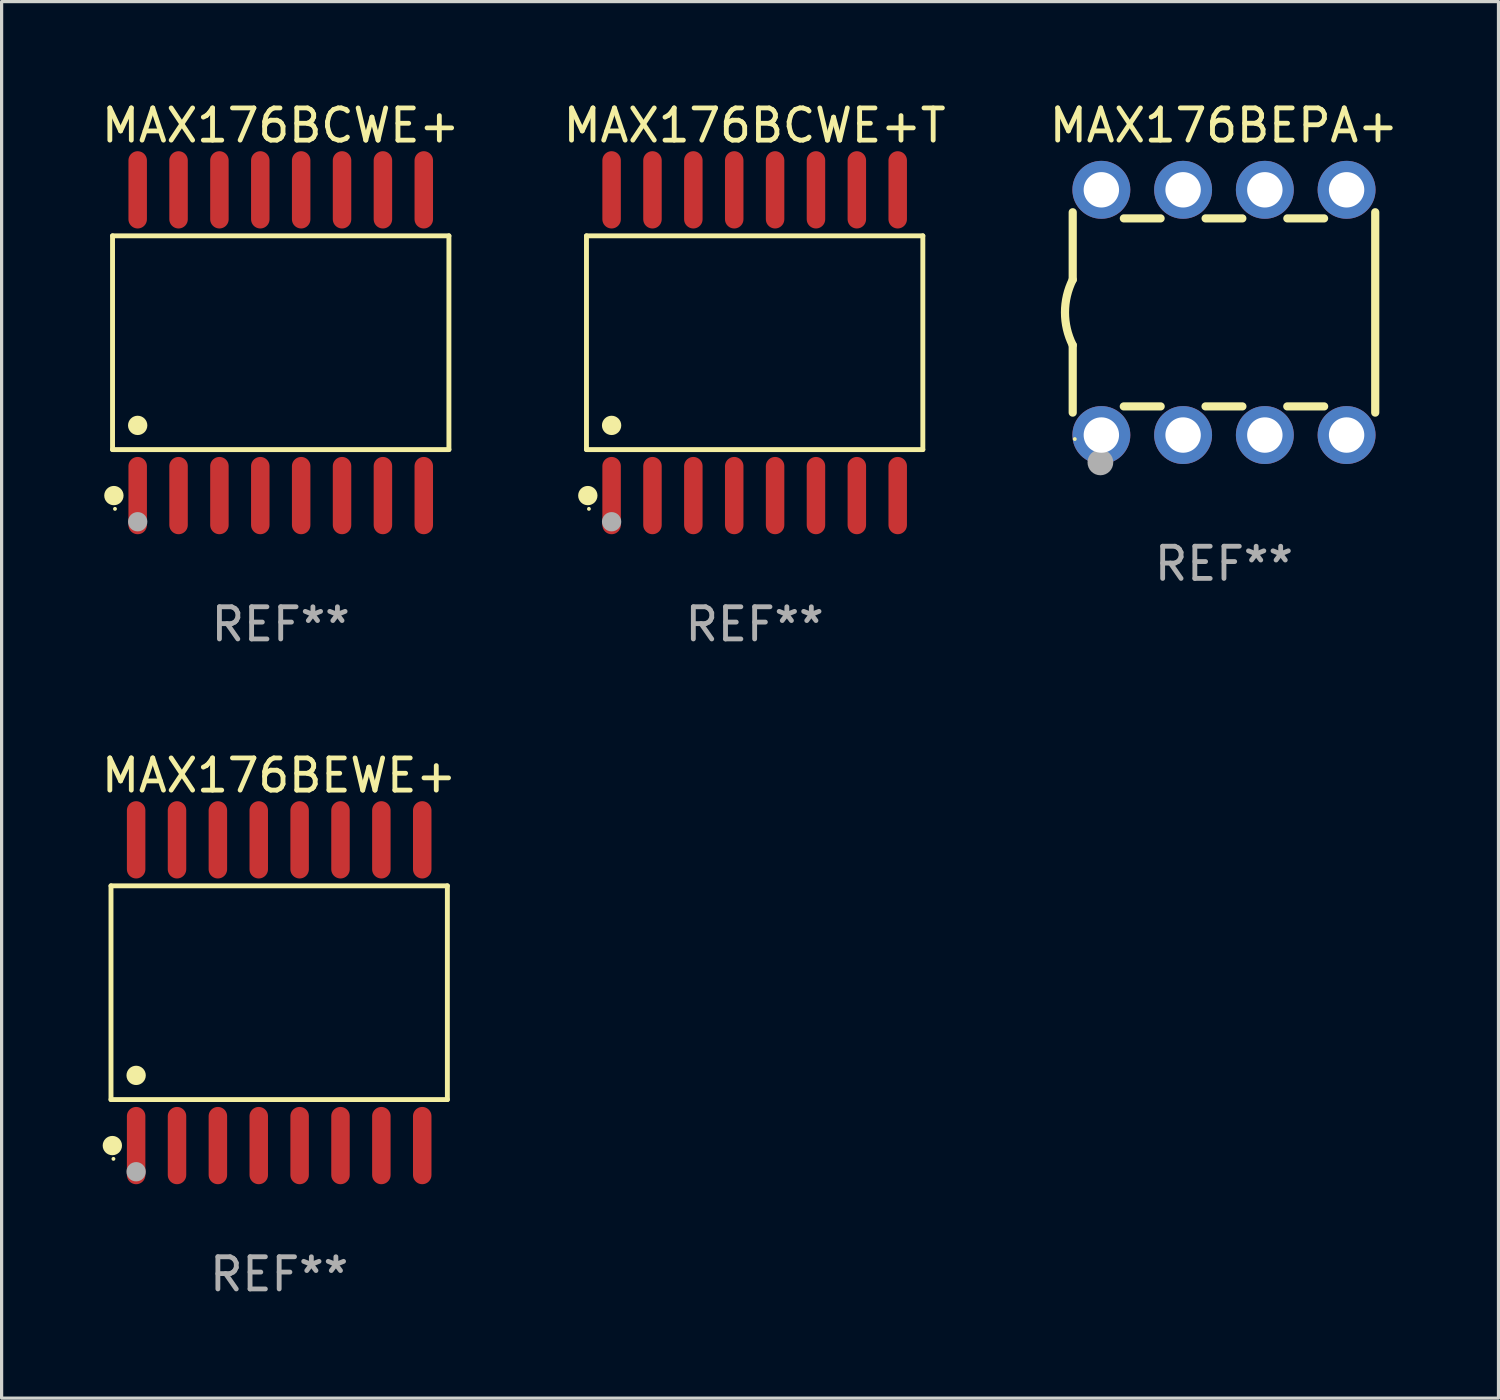
<source format=kicad_pcb>
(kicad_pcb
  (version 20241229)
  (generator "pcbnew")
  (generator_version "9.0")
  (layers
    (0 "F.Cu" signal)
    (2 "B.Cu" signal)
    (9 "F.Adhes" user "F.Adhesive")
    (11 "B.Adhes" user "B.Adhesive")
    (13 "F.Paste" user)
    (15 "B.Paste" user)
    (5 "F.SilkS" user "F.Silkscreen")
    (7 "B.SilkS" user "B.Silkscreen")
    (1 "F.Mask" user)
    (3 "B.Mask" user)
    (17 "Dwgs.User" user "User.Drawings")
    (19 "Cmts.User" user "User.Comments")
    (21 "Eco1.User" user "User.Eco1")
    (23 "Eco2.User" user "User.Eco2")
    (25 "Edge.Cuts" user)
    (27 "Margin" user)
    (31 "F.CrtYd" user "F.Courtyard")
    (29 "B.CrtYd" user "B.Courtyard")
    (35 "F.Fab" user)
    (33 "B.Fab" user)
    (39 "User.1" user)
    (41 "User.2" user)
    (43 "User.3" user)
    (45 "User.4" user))
  (footprint "MAX176BCWE+"
    (layer "F.Cu")
    (at 5.673 7.599)
    (property "Reference" "MAX176BCWE+" (at 0 -6.75 0) (layer "F.SilkS") (effects (font (size 1 1) (thickness 0.15))))
    (attr through_hole)
    (fp_line (start -5.226 -3.321) (end 5.226 -3.321) (stroke (width 0.152) (type solid)) (layer "F.SilkS"))
    (fp_line (start -5.226 3.321) (end -5.226 -3.321) (stroke (width 0.152) (type solid)) (layer "F.SilkS"))
    (fp_line (start 5.226 -3.321) (end 5.226 3.321) (stroke (width 0.152) (type solid)) (layer "F.SilkS"))
    (fp_line (start 5.226 3.321) (end -5.226 3.321) (stroke (width 0.152) (type solid)) (layer "F.SilkS"))
    (fp_circle (center -5.184 4.75) (end -5.034 4.75) (stroke (width 0.3) (type solid)) (fill no) (layer "F.SilkS"))
    (fp_circle (center -5.15 5.163) (end -5.12 5.163) (stroke (width 0.06) (type solid)) (fill no) (layer "F.SilkS"))
    (fp_circle (center -4.445 2.569) (end -4.295 2.569) (stroke (width 0.3) (type solid)) (fill no) (layer "F.SilkS"))
    (fp_circle (center -4.445 5.563) (end -4.295 5.563) (stroke (width 0.3) (type solid)) (fill no) (layer "F.Fab"))
    (fp_text user "REF**" (at 0 8.75 0) (layer "F.Fab") (effects (font (size 1 1) (thickness 0.15))))
    (pad "1" smd oval (at -4.445 4.75) (size 0.574 2.401) (layers "F.Cu" "F.Mask" "F.Paste"))
    (pad "2" smd oval (at -3.175 4.75) (size 0.574 2.401) (layers "F.Cu" "F.Mask" "F.Paste"))
    (pad "3" smd oval (at -1.905 4.75) (size 0.574 2.401) (layers "F.Cu" "F.Mask" "F.Paste"))
    (pad "4" smd oval (at -0.635 4.75) (size 0.574 2.401) (layers "F.Cu" "F.Mask" "F.Paste"))
    (pad "5" smd oval (at 0.635 4.75) (size 0.574 2.401) (layers "F.Cu" "F.Mask" "F.Paste"))
    (pad "6" smd oval (at 1.905 4.75) (size 0.574 2.401) (layers "F.Cu" "F.Mask" "F.Paste"))
    (pad "7" smd oval (at 3.175 4.75) (size 0.574 2.401) (layers "F.Cu" "F.Mask" "F.Paste"))
    (pad "8" smd oval (at 4.445 4.75) (size 0.574 2.401) (layers "F.Cu" "F.Mask" "F.Paste"))
    (pad "9" smd oval (at 4.445 -4.75) (size 0.574 2.401) (layers "F.Cu" "F.Mask" "F.Paste"))
    (pad "10" smd oval (at 3.175 -4.75) (size 0.574 2.401) (layers "F.Cu" "F.Mask" "F.Paste"))
    (pad "11" smd oval (at 1.905 -4.75) (size 0.574 2.401) (layers "F.Cu" "F.Mask" "F.Paste"))
    (pad "12" smd oval (at 0.635 -4.75) (size 0.574 2.401) (layers "F.Cu" "F.Mask" "F.Paste"))
    (pad "13" smd oval (at -0.635 -4.75) (size 0.574 2.401) (layers "F.Cu" "F.Mask" "F.Paste"))
    (pad "14" smd oval (at -1.905 -4.75) (size 0.574 2.401) (layers "F.Cu" "F.Mask" "F.Paste"))
    (pad "15" smd oval (at -3.175 -4.75) (size 0.574 2.401) (layers "F.Cu" "F.Mask" "F.Paste"))
    (pad "16" smd oval (at -4.445 -4.75) (size 0.574 2.401) (layers "F.Cu" "F.Mask" "F.Paste")))
  (footprint "MAX176BEPA+"
    (layer "F.Cu")
    (at 34.982 6.658)
    (property "Reference" "MAX176BEPA+" (at 0 -5.81 0) (layer "F.SilkS") (effects (font (size 1 1) (thickness 0.15))))
    (attr through_hole)
    (fp_line (start -4.7 -1.017) (end -4.7 -3.113) (stroke (width 0.254) (type solid)) (layer "F.SilkS"))
    (fp_line (start -4.7 1.015) (end -4.7 3.113) (stroke (width 0.254) (type solid)) (layer "F.SilkS"))
    (fp_line (start -3.113 2.92) (end -1.967 2.92) (stroke (width 0.254) (type solid)) (layer "F.SilkS"))
    (fp_line (start -3.111 -2.922) (end -1.969 -2.922) (stroke (width 0.254) (type solid)) (layer "F.SilkS"))
    (fp_line (start -0.573 2.92) (end 0.573 2.92) (stroke (width 0.254) (type solid)) (layer "F.SilkS"))
    (fp_line (start -0.571 -2.922) (end 0.571 -2.922) (stroke (width 0.254) (type solid)) (layer "F.SilkS"))
    (fp_line (start 1.967 2.92) (end 3.113 2.92) (stroke (width 0.254) (type solid)) (layer "F.SilkS"))
    (fp_line (start 1.969 -2.922) (end 3.111 -2.922) (stroke (width 0.254) (type solid)) (layer "F.SilkS"))
    (fp_line (start 4.7 -3.113) (end 4.7 3.113) (stroke (width 0.254) (type solid)) (layer "F.SilkS"))
    (fp_arc (start -4.7 1.01524) (mid -4.939846 -0.000762) (end -4.7 -1.016764) (stroke (width 0.254001) (type solid)) (layer "F.SilkS"))
    (fp_circle (center -4.636 3.935) (end -4.606 3.935) (stroke (width 0.06) (type solid)) (fill no) (layer "F.SilkS"))
    (fp_circle (center -3.84 4.66) (end -3.64 4.66) (stroke (width 0.4) (type solid)) (fill no) (layer "F.Fab"))
    (fp_text user "REF**" (at 0 7.81 0) (layer "F.Fab") (effects (font (size 1 1) (thickness 0.15))))
    (pad "1" thru_hole circle (at -3.81 3.81) (size 1.8 1.8) (drill 1.1) (layers "*.Cu" "*.Mask"))
    (pad "2" thru_hole circle (at -1.27 3.81) (size 1.8 1.8) (drill 1.1) (layers "*.Cu" "*.Mask"))
    (pad "3" thru_hole circle (at 1.27 3.81) (size 1.8 1.8) (drill 1.1) (layers "*.Cu" "*.Mask"))
    (pad "4" thru_hole circle (at 3.81 3.81) (size 1.8 1.8) (drill 1.1) (layers "*.Cu" "*.Mask"))
    (pad "5" thru_hole circle (at 3.81 -3.81) (size 1.8 1.8) (drill 1.1) (layers "*.Cu" "*.Mask"))
    (pad "6" thru_hole circle (at 1.27 -3.81) (size 1.8 1.8) (drill 1.1) (layers "*.Cu" "*.Mask"))
    (pad "7" thru_hole circle (at -1.27 -3.81) (size 1.8 1.8) (drill 1.1) (layers "*.Cu" "*.Mask"))
    (pad "8" thru_hole circle (at -3.81 -3.81) (size 1.8 1.8) (drill 1.1) (layers "*.Cu" "*.Mask")))
  (footprint "MAX176BEWE+"
    (layer "F.Cu")
    (at 5.625 27.796)
    (property "Reference" "MAX176BEWE+" (at 0 -6.75 0) (layer "F.SilkS") (effects (font (size 1 1) (thickness 0.15))))
    (attr through_hole)
    (fp_line (start -5.226 -3.321) (end 5.226 -3.321) (stroke (width 0.152) (type solid)) (layer "F.SilkS"))
    (fp_line (start -5.226 3.321) (end -5.226 -3.321) (stroke (width 0.152) (type solid)) (layer "F.SilkS"))
    (fp_line (start 5.226 -3.321) (end 5.226 3.321) (stroke (width 0.152) (type solid)) (layer "F.SilkS"))
    (fp_line (start 5.226 3.321) (end -5.226 3.321) (stroke (width 0.152) (type solid)) (layer "F.SilkS"))
    (fp_circle (center -5.184 4.75) (end -5.034 4.75) (stroke (width 0.3) (type solid)) (fill no) (layer "F.SilkS"))
    (fp_circle (center -5.15 5.163) (end -5.12 5.163) (stroke (width 0.06) (type solid)) (fill no) (layer "F.SilkS"))
    (fp_circle (center -4.445 2.569) (end -4.295 2.569) (stroke (width 0.3) (type solid)) (fill no) (layer "F.SilkS"))
    (fp_circle (center -4.445 5.563) (end -4.295 5.563) (stroke (width 0.3) (type solid)) (fill no) (layer "F.Fab"))
    (fp_text user "REF**" (at 0 8.75 0) (layer "F.Fab") (effects (font (size 1 1) (thickness 0.15))))
    (pad "1" smd oval (at -4.445 4.75) (size 0.574 2.401) (layers "F.Cu" "F.Mask" "F.Paste"))
    (pad "2" smd oval (at -3.175 4.75) (size 0.574 2.401) (layers "F.Cu" "F.Mask" "F.Paste"))
    (pad "3" smd oval (at -1.905 4.75) (size 0.574 2.401) (layers "F.Cu" "F.Mask" "F.Paste"))
    (pad "4" smd oval (at -0.635 4.75) (size 0.574 2.401) (layers "F.Cu" "F.Mask" "F.Paste"))
    (pad "5" smd oval (at 0.635 4.75) (size 0.574 2.401) (layers "F.Cu" "F.Mask" "F.Paste"))
    (pad "6" smd oval (at 1.905 4.75) (size 0.574 2.401) (layers "F.Cu" "F.Mask" "F.Paste"))
    (pad "7" smd oval (at 3.175 4.75) (size 0.574 2.401) (layers "F.Cu" "F.Mask" "F.Paste"))
    (pad "8" smd oval (at 4.445 4.75) (size 0.574 2.401) (layers "F.Cu" "F.Mask" "F.Paste"))
    (pad "9" smd oval (at 4.445 -4.75) (size 0.574 2.401) (layers "F.Cu" "F.Mask" "F.Paste"))
    (pad "10" smd oval (at 3.175 -4.75) (size 0.574 2.401) (layers "F.Cu" "F.Mask" "F.Paste"))
    (pad "11" smd oval (at 1.905 -4.75) (size 0.574 2.401) (layers "F.Cu" "F.Mask" "F.Paste"))
    (pad "12" smd oval (at 0.635 -4.75) (size 0.574 2.401) (layers "F.Cu" "F.Mask" "F.Paste"))
    (pad "13" smd oval (at -0.635 -4.75) (size 0.574 2.401) (layers "F.Cu" "F.Mask" "F.Paste"))
    (pad "14" smd oval (at -1.905 -4.75) (size 0.574 2.401) (layers "F.Cu" "F.Mask" "F.Paste"))
    (pad "15" smd oval (at -3.175 -4.75) (size 0.574 2.401) (layers "F.Cu" "F.Mask" "F.Paste"))
    (pad "16" smd oval (at -4.445 -4.75) (size 0.574 2.401) (layers "F.Cu" "F.Mask" "F.Paste")))
  (footprint "MAX176BCWE+T"
    (layer "F.Cu")
    (at 20.399 7.599)
    (property "Reference" "MAX176BCWE+T" (at 0 -6.75 0) (layer "F.SilkS") (effects (font (size 1 1) (thickness 0.15))))
    (attr through_hole)
    (fp_line (start -5.226 -3.321) (end 5.226 -3.321) (stroke (width 0.152) (type solid)) (layer "F.SilkS"))
    (fp_line (start -5.226 3.321) (end -5.226 -3.321) (stroke (width 0.152) (type solid)) (layer "F.SilkS"))
    (fp_line (start 5.226 -3.321) (end 5.226 3.321) (stroke (width 0.152) (type solid)) (layer "F.SilkS"))
    (fp_line (start 5.226 3.321) (end -5.226 3.321) (stroke (width 0.152) (type solid)) (layer "F.SilkS"))
    (fp_circle (center -5.184 4.75) (end -5.034 4.75) (stroke (width 0.3) (type solid)) (fill no) (layer "F.SilkS"))
    (fp_circle (center -5.15 5.163) (end -5.12 5.163) (stroke (width 0.06) (type solid)) (fill no) (layer "F.SilkS"))
    (fp_circle (center -4.445 2.569) (end -4.295 2.569) (stroke (width 0.3) (type solid)) (fill no) (layer "F.SilkS"))
    (fp_circle (center -4.445 5.563) (end -4.295 5.563) (stroke (width 0.3) (type solid)) (fill no) (layer "F.Fab"))
    (fp_text user "REF**" (at 0 8.75 0) (layer "F.Fab") (effects (font (size 1 1) (thickness 0.15))))
    (pad "1" smd oval (at -4.445 4.75) (size 0.574 2.401) (layers "F.Cu" "F.Mask" "F.Paste"))
    (pad "2" smd oval (at -3.175 4.75) (size 0.574 2.401) (layers "F.Cu" "F.Mask" "F.Paste"))
    (pad "3" smd oval (at -1.905 4.75) (size 0.574 2.401) (layers "F.Cu" "F.Mask" "F.Paste"))
    (pad "4" smd oval (at -0.635 4.75) (size 0.574 2.401) (layers "F.Cu" "F.Mask" "F.Paste"))
    (pad "5" smd oval (at 0.635 4.75) (size 0.574 2.401) (layers "F.Cu" "F.Mask" "F.Paste"))
    (pad "6" smd oval (at 1.905 4.75) (size 0.574 2.401) (layers "F.Cu" "F.Mask" "F.Paste"))
    (pad "7" smd oval (at 3.175 4.75) (size 0.574 2.401) (layers "F.Cu" "F.Mask" "F.Paste"))
    (pad "8" smd oval (at 4.445 4.75) (size 0.574 2.401) (layers "F.Cu" "F.Mask" "F.Paste"))
    (pad "9" smd oval (at 4.445 -4.75) (size 0.574 2.401) (layers "F.Cu" "F.Mask" "F.Paste"))
    (pad "10" smd oval (at 3.175 -4.75) (size 0.574 2.401) (layers "F.Cu" "F.Mask" "F.Paste"))
    (pad "11" smd oval (at 1.905 -4.75) (size 0.574 2.401) (layers "F.Cu" "F.Mask" "F.Paste"))
    (pad "12" smd oval (at 0.635 -4.75) (size 0.574 2.401) (layers "F.Cu" "F.Mask" "F.Paste"))
    (pad "13" smd oval (at -0.635 -4.75) (size 0.574 2.401) (layers "F.Cu" "F.Mask" "F.Paste"))
    (pad "14" smd oval (at -1.905 -4.75) (size 0.574 2.401) (layers "F.Cu" "F.Mask" "F.Paste"))
    (pad "15" smd oval (at -3.175 -4.75) (size 0.574 2.401) (layers "F.Cu" "F.Mask" "F.Paste"))
    (pad "16" smd oval (at -4.445 -4.75) (size 0.574 2.401) (layers "F.Cu" "F.Mask" "F.Paste")))
  (gr_rect
    (start -3 -3)
    (end 43.512 40.394)
    (stroke (width 0.1) (type default))
    (fill no)
    (layer "Edge.Cuts")))
</source>
